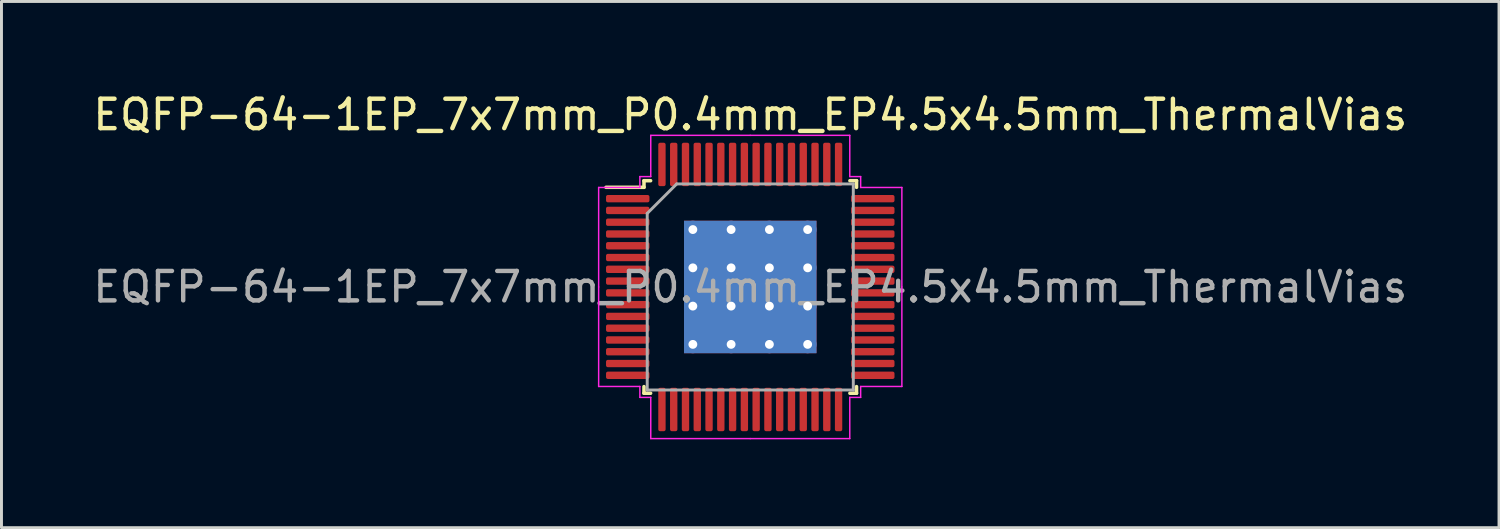
<source format=kicad_pcb>
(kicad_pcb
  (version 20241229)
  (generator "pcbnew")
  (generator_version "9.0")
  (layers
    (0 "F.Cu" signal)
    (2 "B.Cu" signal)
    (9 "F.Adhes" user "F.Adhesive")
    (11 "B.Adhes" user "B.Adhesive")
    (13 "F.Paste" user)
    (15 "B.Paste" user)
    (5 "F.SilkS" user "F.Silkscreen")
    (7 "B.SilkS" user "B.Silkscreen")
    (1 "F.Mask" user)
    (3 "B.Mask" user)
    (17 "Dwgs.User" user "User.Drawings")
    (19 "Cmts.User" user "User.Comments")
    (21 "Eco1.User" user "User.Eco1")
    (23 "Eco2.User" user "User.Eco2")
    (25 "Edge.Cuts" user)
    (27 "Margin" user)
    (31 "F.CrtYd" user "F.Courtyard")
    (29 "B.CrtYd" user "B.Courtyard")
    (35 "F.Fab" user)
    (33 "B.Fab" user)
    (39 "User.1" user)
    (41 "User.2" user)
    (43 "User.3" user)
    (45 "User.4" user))
  (footprint "EQFP-64-1EP_7x7mm_P0.4mm_EP4.5x4.5mm_ThermalVias"
    (layer "F.Cu")
    (at 22.435 6.698)
    (property "Reference" "EQFP-64-1EP_7x7mm_P0.4mm_EP4.5x4.5mm_ThermalVias" (at 0 -5.85 0) (layer "F.SilkS") (effects (font (size 1 1) (thickness 0.15))))
    (attr smd)
    (fp_line (start -3.61 -3.61) (end -3.61 -3.385) (stroke (width 0.12) (type solid)) (layer "F.SilkS"))
    (fp_line (start -3.61 -3.385) (end -4.9 -3.385) (stroke (width 0.12) (type solid)) (layer "F.SilkS"))
    (fp_line (start -3.61 3.61) (end -3.61 3.385) (stroke (width 0.12) (type solid)) (layer "F.SilkS"))
    (fp_line (start -3.385 -3.61) (end -3.61 -3.61) (stroke (width 0.12) (type solid)) (layer "F.SilkS"))
    (fp_line (start -3.385 3.61) (end -3.61 3.61) (stroke (width 0.12) (type solid)) (layer "F.SilkS"))
    (fp_line (start 3.385 -3.61) (end 3.61 -3.61) (stroke (width 0.12) (type solid)) (layer "F.SilkS"))
    (fp_line (start 3.385 3.61) (end 3.61 3.61) (stroke (width 0.12) (type solid)) (layer "F.SilkS"))
    (fp_line (start 3.61 -3.61) (end 3.61 -3.385) (stroke (width 0.12) (type solid)) (layer "F.SilkS"))
    (fp_line (start 3.61 3.61) (end 3.61 3.385) (stroke (width 0.12) (type solid)) (layer "F.SilkS"))
    (fp_line (start -5.15 -3.38) (end -5.15 0) (stroke (width 0.05) (type solid)) (layer "F.CrtYd"))
    (fp_line (start -5.15 3.38) (end -5.15 0) (stroke (width 0.05) (type solid)) (layer "F.CrtYd"))
    (fp_line (start -3.75 -3.75) (end -3.75 -3.38) (stroke (width 0.05) (type solid)) (layer "F.CrtYd"))
    (fp_line (start -3.75 -3.38) (end -5.15 -3.38) (stroke (width 0.05) (type solid)) (layer "F.CrtYd"))
    (fp_line (start -3.75 3.38) (end -5.15 3.38) (stroke (width 0.05) (type solid)) (layer "F.CrtYd"))
    (fp_line (start -3.75 3.75) (end -3.75 3.38) (stroke (width 0.05) (type solid)) (layer "F.CrtYd"))
    (fp_line (start -3.38 -5.15) (end -3.38 -3.75) (stroke (width 0.05) (type solid)) (layer "F.CrtYd"))
    (fp_line (start -3.38 -3.75) (end -3.75 -3.75) (stroke (width 0.05) (type solid)) (layer "F.CrtYd"))
    (fp_line (start -3.38 3.75) (end -3.75 3.75) (stroke (width 0.05) (type solid)) (layer "F.CrtYd"))
    (fp_line (start -3.38 5.15) (end -3.38 3.75) (stroke (width 0.05) (type solid)) (layer "F.CrtYd"))
    (fp_line (start 0 -5.15) (end -3.38 -5.15) (stroke (width 0.05) (type solid)) (layer "F.CrtYd"))
    (fp_line (start 0 -5.15) (end 3.38 -5.15) (stroke (width 0.05) (type solid)) (layer "F.CrtYd"))
    (fp_line (start 0 5.15) (end -3.38 5.15) (stroke (width 0.05) (type solid)) (layer "F.CrtYd"))
    (fp_line (start 0 5.15) (end 3.38 5.15) (stroke (width 0.05) (type solid)) (layer "F.CrtYd"))
    (fp_line (start 3.38 -5.15) (end 3.38 -3.75) (stroke (width 0.05) (type solid)) (layer "F.CrtYd"))
    (fp_line (start 3.38 -3.75) (end 3.75 -3.75) (stroke (width 0.05) (type solid)) (layer "F.CrtYd"))
    (fp_line (start 3.38 3.75) (end 3.75 3.75) (stroke (width 0.05) (type solid)) (layer "F.CrtYd"))
    (fp_line (start 3.38 5.15) (end 3.38 3.75) (stroke (width 0.05) (type solid)) (layer "F.CrtYd"))
    (fp_line (start 3.75 -3.75) (end 3.75 -3.38) (stroke (width 0.05) (type solid)) (layer "F.CrtYd"))
    (fp_line (start 3.75 -3.38) (end 5.15 -3.38) (stroke (width 0.05) (type solid)) (layer "F.CrtYd"))
    (fp_line (start 3.75 3.38) (end 5.15 3.38) (stroke (width 0.05) (type solid)) (layer "F.CrtYd"))
    (fp_line (start 3.75 3.75) (end 3.75 3.38) (stroke (width 0.05) (type solid)) (layer "F.CrtYd"))
    (fp_line (start 5.15 -3.38) (end 5.15 0) (stroke (width 0.05) (type solid)) (layer "F.CrtYd"))
    (fp_line (start 5.15 3.38) (end 5.15 0) (stroke (width 0.05) (type solid)) (layer "F.CrtYd"))
    (fp_line (start -3.5 -2.5) (end -2.5 -3.5) (stroke (width 0.1) (type solid)) (layer "F.Fab"))
    (fp_line (start -3.5 3.5) (end -3.5 -2.5) (stroke (width 0.1) (type solid)) (layer "F.Fab"))
    (fp_line (start -2.5 -3.5) (end 3.5 -3.5) (stroke (width 0.1) (type solid)) (layer "F.Fab"))
    (fp_line (start 3.5 -3.5) (end 3.5 3.5) (stroke (width 0.1) (type solid)) (layer "F.Fab"))
    (fp_line (start 3.5 3.5) (end -3.5 3.5) (stroke (width 0.1) (type solid)) (layer "F.Fab"))
    (fp_text user "${REFERENCE}" (at 0 0 0) (layer "F.Fab") (effects (font (size 1 1) (thickness 0.15))))
    (pad "" smd custom (at -1.3 -1.3) (size 1.023 1.023) (layers "F.Paste") (options (anchor circle)) (primitives (gr_poly (pts (xy -0.419 -0.265) (xy -0.265 -0.419) (xy 0.265 -0.419) (xy 0.419 -0.265) (xy 0.419 0.265) (xy 0.265 0.419) (xy -0.265 0.419) (xy -0.419 0.265)) (width 0.372) (fill yes))))
    (pad "" smd custom (at -1.3 0) (size 1.023 1.023) (layers "F.Paste") (options (anchor circle)) (primitives (gr_poly (pts (xy -0.419 -0.265) (xy -0.265 -0.419) (xy 0.265 -0.419) (xy 0.419 -0.265) (xy 0.419 0.265) (xy 0.265 0.419) (xy -0.265 0.419) (xy -0.419 0.265)) (width 0.372) (fill yes))))
    (pad "" smd custom (at -1.3 1.3) (size 1.023 1.023) (layers "F.Paste") (options (anchor circle)) (primitives (gr_poly (pts (xy -0.419 -0.265) (xy -0.265 -0.419) (xy 0.265 -0.419) (xy 0.419 -0.265) (xy 0.419 0.265) (xy 0.265 0.419) (xy -0.265 0.419) (xy -0.419 0.265)) (width 0.372) (fill yes))))
    (pad "" smd custom (at 0 -1.3) (size 1.023 1.023) (layers "F.Paste") (options (anchor circle)) (primitives (gr_poly (pts (xy -0.419 -0.265) (xy -0.265 -0.419) (xy 0.265 -0.419) (xy 0.419 -0.265) (xy 0.419 0.265) (xy 0.265 0.419) (xy -0.265 0.419) (xy -0.419 0.265)) (width 0.372) (fill yes))))
    (pad "" smd custom (at 0 0) (size 1.023 1.023) (layers "F.Paste") (options (anchor circle)) (primitives (gr_poly (pts (xy -0.419 -0.265) (xy -0.265 -0.419) (xy 0.265 -0.419) (xy 0.419 -0.265) (xy 0.419 0.265) (xy 0.265 0.419) (xy -0.265 0.419) (xy -0.419 0.265)) (width 0.372) (fill yes))))
    (pad "" smd custom (at 0 1.3) (size 1.023 1.023) (layers "F.Paste") (options (anchor circle)) (primitives (gr_poly (pts (xy -0.419 -0.265) (xy -0.265 -0.419) (xy 0.265 -0.419) (xy 0.419 -0.265) (xy 0.419 0.265) (xy 0.265 0.419) (xy -0.265 0.419) (xy -0.419 0.265)) (width 0.372) (fill yes))))
    (pad "" smd custom (at 1.3 -1.3) (size 1.023 1.023) (layers "F.Paste") (options (anchor circle)) (primitives (gr_poly (pts (xy -0.419 -0.265) (xy -0.265 -0.419) (xy 0.265 -0.419) (xy 0.419 -0.265) (xy 0.419 0.265) (xy 0.265 0.419) (xy -0.265 0.419) (xy -0.419 0.265)) (width 0.372) (fill yes))))
    (pad "" smd custom (at 1.3 0) (size 1.023 1.023) (layers "F.Paste") (options (anchor circle)) (primitives (gr_poly (pts (xy -0.419 -0.265) (xy -0.265 -0.419) (xy 0.265 -0.419) (xy 0.419 -0.265) (xy 0.419 0.265) (xy 0.265 0.419) (xy -0.265 0.419) (xy -0.419 0.265)) (width 0.372) (fill yes))))
    (pad "" smd custom (at 1.3 1.3) (size 1.023 1.023) (layers "F.Paste") (options (anchor circle)) (primitives (gr_poly (pts (xy -0.419 -0.265) (xy -0.265 -0.419) (xy 0.265 -0.419) (xy 0.419 -0.265) (xy 0.419 0.265) (xy 0.265 0.419) (xy -0.265 0.419) (xy -0.419 0.265)) (width 0.372) (fill yes))))
    (pad "1" smd roundrect (at -4.162 -3) (size 1.475 0.25) (layers "F.Cu" "F.Mask" "F.Paste") (roundrect_rratio 0.25))
    (pad "2" smd roundrect (at -4.162 -2.6) (size 1.475 0.25) (layers "F.Cu" "F.Mask" "F.Paste") (roundrect_rratio 0.25))
    (pad "3" smd roundrect (at -4.162 -2.2) (size 1.475 0.25) (layers "F.Cu" "F.Mask" "F.Paste") (roundrect_rratio 0.25))
    (pad "4" smd roundrect (at -4.162 -1.8) (size 1.475 0.25) (layers "F.Cu" "F.Mask" "F.Paste") (roundrect_rratio 0.25))
    (pad "5" smd roundrect (at -4.162 -1.4) (size 1.475 0.25) (layers "F.Cu" "F.Mask" "F.Paste") (roundrect_rratio 0.25))
    (pad "6" smd roundrect (at -4.162 -1) (size 1.475 0.25) (layers "F.Cu" "F.Mask" "F.Paste") (roundrect_rratio 0.25))
    (pad "7" smd roundrect (at -4.162 -0.6) (size 1.475 0.25) (layers "F.Cu" "F.Mask" "F.Paste") (roundrect_rratio 0.25))
    (pad "8" smd roundrect (at -4.162 -0.2) (size 1.475 0.25) (layers "F.Cu" "F.Mask" "F.Paste") (roundrect_rratio 0.25))
    (pad "9" smd roundrect (at -4.162 0.2) (size 1.475 0.25) (layers "F.Cu" "F.Mask" "F.Paste") (roundrect_rratio 0.25))
    (pad "10" smd roundrect (at -4.162 0.6) (size 1.475 0.25) (layers "F.Cu" "F.Mask" "F.Paste") (roundrect_rratio 0.25))
    (pad "11" smd roundrect (at -4.162 1) (size 1.475 0.25) (layers "F.Cu" "F.Mask" "F.Paste") (roundrect_rratio 0.25))
    (pad "12" smd roundrect (at -4.162 1.4) (size 1.475 0.25) (layers "F.Cu" "F.Mask" "F.Paste") (roundrect_rratio 0.25))
    (pad "13" smd roundrect (at -4.162 1.8) (size 1.475 0.25) (layers "F.Cu" "F.Mask" "F.Paste") (roundrect_rratio 0.25))
    (pad "14" smd roundrect (at -4.162 2.2) (size 1.475 0.25) (layers "F.Cu" "F.Mask" "F.Paste") (roundrect_rratio 0.25))
    (pad "15" smd roundrect (at -4.162 2.6) (size 1.475 0.25) (layers "F.Cu" "F.Mask" "F.Paste") (roundrect_rratio 0.25))
    (pad "16" smd roundrect (at -4.162 3) (size 1.475 0.25) (layers "F.Cu" "F.Mask" "F.Paste") (roundrect_rratio 0.25))
    (pad "17" smd roundrect (at -3 4.162) (size 0.25 1.475) (layers "F.Cu" "F.Mask" "F.Paste") (roundrect_rratio 0.25))
    (pad "18" smd roundrect (at -2.6 4.162) (size 0.25 1.475) (layers "F.Cu" "F.Mask" "F.Paste") (roundrect_rratio 0.25))
    (pad "19" smd roundrect (at -2.2 4.162) (size 0.25 1.475) (layers "F.Cu" "F.Mask" "F.Paste") (roundrect_rratio 0.25))
    (pad "20" smd roundrect (at -1.8 4.162) (size 0.25 1.475) (layers "F.Cu" "F.Mask" "F.Paste") (roundrect_rratio 0.25))
    (pad "21" smd roundrect (at -1.4 4.162) (size 0.25 1.475) (layers "F.Cu" "F.Mask" "F.Paste") (roundrect_rratio 0.25))
    (pad "22" smd roundrect (at -1 4.162) (size 0.25 1.475) (layers "F.Cu" "F.Mask" "F.Paste") (roundrect_rratio 0.25))
    (pad "23" smd roundrect (at -0.6 4.162) (size 0.25 1.475) (layers "F.Cu" "F.Mask" "F.Paste") (roundrect_rratio 0.25))
    (pad "24" smd roundrect (at -0.2 4.162) (size 0.25 1.475) (layers "F.Cu" "F.Mask" "F.Paste") (roundrect_rratio 0.25))
    (pad "25" smd roundrect (at 0.2 4.162) (size 0.25 1.475) (layers "F.Cu" "F.Mask" "F.Paste") (roundrect_rratio 0.25))
    (pad "26" smd roundrect (at 0.6 4.162) (size 0.25 1.475) (layers "F.Cu" "F.Mask" "F.Paste") (roundrect_rratio 0.25))
    (pad "27" smd roundrect (at 1 4.162) (size 0.25 1.475) (layers "F.Cu" "F.Mask" "F.Paste") (roundrect_rratio 0.25))
    (pad "28" smd roundrect (at 1.4 4.162) (size 0.25 1.475) (layers "F.Cu" "F.Mask" "F.Paste") (roundrect_rratio 0.25))
    (pad "29" smd roundrect (at 1.8 4.162) (size 0.25 1.475) (layers "F.Cu" "F.Mask" "F.Paste") (roundrect_rratio 0.25))
    (pad "30" smd roundrect (at 2.2 4.162) (size 0.25 1.475) (layers "F.Cu" "F.Mask" "F.Paste") (roundrect_rratio 0.25))
    (pad "31" smd roundrect (at 2.6 4.162) (size 0.25 1.475) (layers "F.Cu" "F.Mask" "F.Paste") (roundrect_rratio 0.25))
    (pad "32" smd roundrect (at 3 4.162) (size 0.25 1.475) (layers "F.Cu" "F.Mask" "F.Paste") (roundrect_rratio 0.25))
    (pad "33" smd roundrect (at 4.162 3) (size 1.475 0.25) (layers "F.Cu" "F.Mask" "F.Paste") (roundrect_rratio 0.25))
    (pad "34" smd roundrect (at 4.162 2.6) (size 1.475 0.25) (layers "F.Cu" "F.Mask" "F.Paste") (roundrect_rratio 0.25))
    (pad "35" smd roundrect (at 4.162 2.2) (size 1.475 0.25) (layers "F.Cu" "F.Mask" "F.Paste") (roundrect_rratio 0.25))
    (pad "36" smd roundrect (at 4.162 1.8) (size 1.475 0.25) (layers "F.Cu" "F.Mask" "F.Paste") (roundrect_rratio 0.25))
    (pad "37" smd roundrect (at 4.162 1.4) (size 1.475 0.25) (layers "F.Cu" "F.Mask" "F.Paste") (roundrect_rratio 0.25))
    (pad "38" smd roundrect (at 4.162 1) (size 1.475 0.25) (layers "F.Cu" "F.Mask" "F.Paste") (roundrect_rratio 0.25))
    (pad "39" smd roundrect (at 4.162 0.6) (size 1.475 0.25) (layers "F.Cu" "F.Mask" "F.Paste") (roundrect_rratio 0.25))
    (pad "40" smd roundrect (at 4.162 0.2) (size 1.475 0.25) (layers "F.Cu" "F.Mask" "F.Paste") (roundrect_rratio 0.25))
    (pad "41" smd roundrect (at 4.162 -0.2) (size 1.475 0.25) (layers "F.Cu" "F.Mask" "F.Paste") (roundrect_rratio 0.25))
    (pad "42" smd roundrect (at 4.162 -0.6) (size 1.475 0.25) (layers "F.Cu" "F.Mask" "F.Paste") (roundrect_rratio 0.25))
    (pad "43" smd roundrect (at 4.162 -1) (size 1.475 0.25) (layers "F.Cu" "F.Mask" "F.Paste") (roundrect_rratio 0.25))
    (pad "44" smd roundrect (at 4.162 -1.4) (size 1.475 0.25) (layers "F.Cu" "F.Mask" "F.Paste") (roundrect_rratio 0.25))
    (pad "45" smd roundrect (at 4.162 -1.8) (size 1.475 0.25) (layers "F.Cu" "F.Mask" "F.Paste") (roundrect_rratio 0.25))
    (pad "46" smd roundrect (at 4.162 -2.2) (size 1.475 0.25) (layers "F.Cu" "F.Mask" "F.Paste") (roundrect_rratio 0.25))
    (pad "47" smd roundrect (at 4.162 -2.6) (size 1.475 0.25) (layers "F.Cu" "F.Mask" "F.Paste") (roundrect_rratio 0.25))
    (pad "48" smd roundrect (at 4.162 -3) (size 1.475 0.25) (layers "F.Cu" "F.Mask" "F.Paste") (roundrect_rratio 0.25))
    (pad "49" smd roundrect (at 3 -4.162) (size 0.25 1.475) (layers "F.Cu" "F.Mask" "F.Paste") (roundrect_rratio 0.25))
    (pad "50" smd roundrect (at 2.6 -4.162) (size 0.25 1.475) (layers "F.Cu" "F.Mask" "F.Paste") (roundrect_rratio 0.25))
    (pad "51" smd roundrect (at 2.2 -4.162) (size 0.25 1.475) (layers "F.Cu" "F.Mask" "F.Paste") (roundrect_rratio 0.25))
    (pad "52" smd roundrect (at 1.8 -4.162) (size 0.25 1.475) (layers "F.Cu" "F.Mask" "F.Paste") (roundrect_rratio 0.25))
    (pad "53" smd roundrect (at 1.4 -4.162) (size 0.25 1.475) (layers "F.Cu" "F.Mask" "F.Paste") (roundrect_rratio 0.25))
    (pad "54" smd roundrect (at 1 -4.162) (size 0.25 1.475) (layers "F.Cu" "F.Mask" "F.Paste") (roundrect_rratio 0.25))
    (pad "55" smd roundrect (at 0.6 -4.162) (size 0.25 1.475) (layers "F.Cu" "F.Mask" "F.Paste") (roundrect_rratio 0.25))
    (pad "56" smd roundrect (at 0.2 -4.162) (size 0.25 1.475) (layers "F.Cu" "F.Mask" "F.Paste") (roundrect_rratio 0.25))
    (pad "57" smd roundrect (at -0.2 -4.162) (size 0.25 1.475) (layers "F.Cu" "F.Mask" "F.Paste") (roundrect_rratio 0.25))
    (pad "58" smd roundrect (at -0.6 -4.162) (size 0.25 1.475) (layers "F.Cu" "F.Mask" "F.Paste") (roundrect_rratio 0.25))
    (pad "59" smd roundrect (at -1 -4.162) (size 0.25 1.475) (layers "F.Cu" "F.Mask" "F.Paste") (roundrect_rratio 0.25))
    (pad "60" smd roundrect (at -1.4 -4.162) (size 0.25 1.475) (layers "F.Cu" "F.Mask" "F.Paste") (roundrect_rratio 0.25))
    (pad "61" smd roundrect (at -1.8 -4.162) (size 0.25 1.475) (layers "F.Cu" "F.Mask" "F.Paste") (roundrect_rratio 0.25))
    (pad "62" smd roundrect (at -2.2 -4.162) (size 0.25 1.475) (layers "F.Cu" "F.Mask" "F.Paste") (roundrect_rratio 0.25))
    (pad "63" smd roundrect (at -2.6 -4.162) (size 0.25 1.475) (layers "F.Cu" "F.Mask" "F.Paste") (roundrect_rratio 0.25))
    (pad "64" smd roundrect (at -3 -4.162) (size 0.25 1.475) (layers "F.Cu" "F.Mask" "F.Paste") (roundrect_rratio 0.25))
    (pad "65" thru_hole circle (at -1.95 -1.95) (size 0.6 0.6) (drill 0.3) (layers "*.Cu"))
    (pad "65" thru_hole circle (at -1.95 -0.65) (size 0.6 0.6) (drill 0.3) (layers "*.Cu"))
    (pad "65" thru_hole circle (at -1.95 0.65) (size 0.6 0.6) (drill 0.3) (layers "*.Cu"))
    (pad "65" thru_hole circle (at -1.95 1.95) (size 0.6 0.6) (drill 0.3) (layers "*.Cu"))
    (pad "65" thru_hole circle (at -0.65 -1.95) (size 0.6 0.6) (drill 0.3) (layers "*.Cu"))
    (pad "65" thru_hole circle (at -0.65 -0.65) (size 0.6 0.6) (drill 0.3) (layers "*.Cu"))
    (pad "65" thru_hole circle (at -0.65 0.65) (size 0.6 0.6) (drill 0.3) (layers "*.Cu"))
    (pad "65" thru_hole circle (at -0.65 1.95) (size 0.6 0.6) (drill 0.3) (layers "*.Cu"))
    (pad "65" smd rect (at 0 0) (size 4.5 4.5) (layers "F.Cu" "F.Mask"))
    (pad "65" smd rect (at 0 0) (size 4.5 4.5) (layers "B.Cu"))
    (pad "65" thru_hole circle (at 0.65 -1.95) (size 0.6 0.6) (drill 0.3) (layers "*.Cu"))
    (pad "65" thru_hole circle (at 0.65 -0.65) (size 0.6 0.6) (drill 0.3) (layers "*.Cu"))
    (pad "65" thru_hole circle (at 0.65 0.65) (size 0.6 0.6) (drill 0.3) (layers "*.Cu"))
    (pad "65" thru_hole circle (at 0.65 1.95) (size 0.6 0.6) (drill 0.3) (layers "*.Cu"))
    (pad "65" thru_hole circle (at 1.95 -1.95) (size 0.6 0.6) (drill 0.3) (layers "*.Cu"))
    (pad "65" thru_hole circle (at 1.95 -0.65) (size 0.6 0.6) (drill 0.3) (layers "*.Cu"))
    (pad "65" thru_hole circle (at 1.95 0.65) (size 0.6 0.6) (drill 0.3) (layers "*.Cu"))
    (pad "65" thru_hole circle (at 1.95 1.95) (size 0.6 0.6) (drill 0.3) (layers "*.Cu")))
  (gr_rect
    (start -3 -3)
    (end 47.869 14.873)
    (stroke (width 0.1) (type default))
    (fill no)
    (layer "Edge.Cuts")))
</source>
